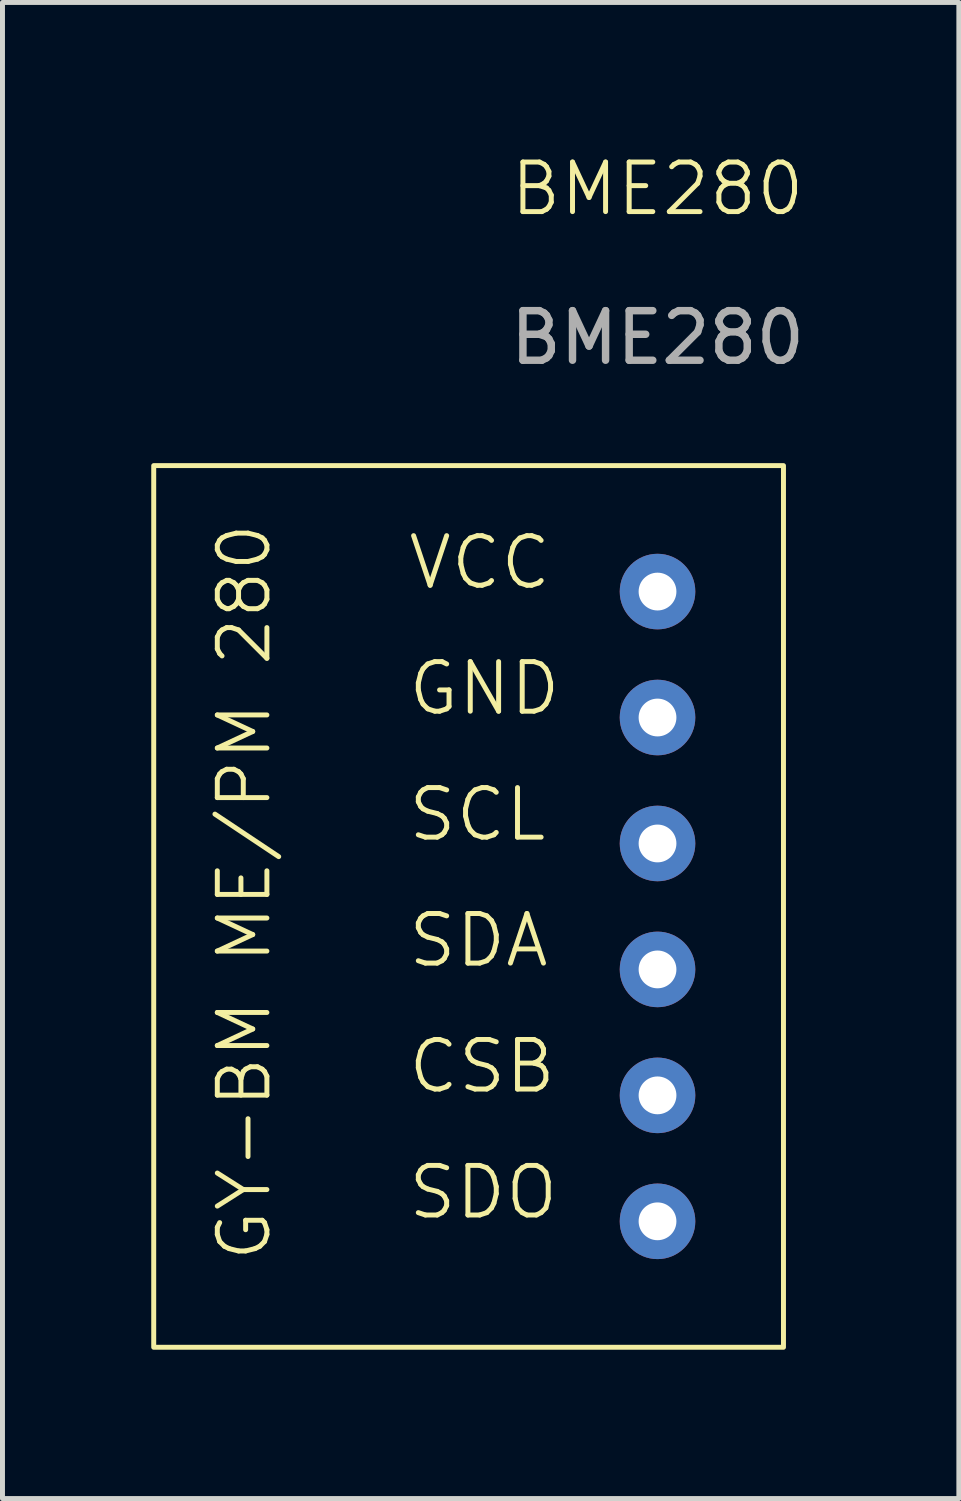
<source format=kicad_pcb>
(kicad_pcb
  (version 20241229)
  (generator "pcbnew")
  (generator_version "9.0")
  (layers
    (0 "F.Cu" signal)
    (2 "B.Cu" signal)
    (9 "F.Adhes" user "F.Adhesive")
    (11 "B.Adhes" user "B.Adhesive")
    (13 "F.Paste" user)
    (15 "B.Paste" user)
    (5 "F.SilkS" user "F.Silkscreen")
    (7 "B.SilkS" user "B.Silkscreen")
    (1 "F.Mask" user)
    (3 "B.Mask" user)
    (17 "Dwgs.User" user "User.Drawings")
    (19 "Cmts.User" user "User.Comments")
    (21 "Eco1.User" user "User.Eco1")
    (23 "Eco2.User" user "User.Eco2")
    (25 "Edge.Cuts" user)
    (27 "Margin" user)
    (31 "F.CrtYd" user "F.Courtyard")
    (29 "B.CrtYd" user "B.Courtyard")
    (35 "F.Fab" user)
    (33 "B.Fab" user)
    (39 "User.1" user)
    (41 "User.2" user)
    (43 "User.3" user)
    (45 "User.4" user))
  (footprint "BME280"
    (layer "F.Cu")
    (at 10.21 1.26)
    (property "Reference" "BME280" (at 0 -0.5 0) (unlocked yes) (layer "F.SilkS") (effects (font (size 1 1) (thickness 0.1))))
    (attr through_hole)
    (fp_rect (start -10.16 5.08) (end 2.54 22.86) (stroke (width 0.1) (type default)) (fill no) (layer "F.SilkS"))
    (fp_text user "SCL" (at -5.08 12.7 0) (unlocked yes) (layer "F.SilkS") (effects (font (size 1 1) (thickness 0.1)) (justify left bottom)))
    (fp_text user "SDO" (at -5.08 20.32 0) (unlocked yes) (layer "F.SilkS") (effects (font (size 1 1) (thickness 0.1)) (justify left bottom)))
    (fp_text user "VCC" (at -5.08 7.62 0) (unlocked yes) (layer "F.SilkS") (effects (font (size 1 1) (thickness 0.1)) (justify left bottom)))
    (fp_text user "GY-BM ME/PM 280" (at -7.75 21.174 90) (unlocked yes) (layer "F.SilkS") (effects (font (size 1 1) (thickness 0.1)) (justify left bottom)))
    (fp_text user "CSB" (at -5.08 17.78 0) (unlocked yes) (layer "F.SilkS") (effects (font (size 1 1) (thickness 0.1)) (justify left bottom)))
    (fp_text user "SDA" (at -5.08 15.24 0) (unlocked yes) (layer "F.SilkS") (effects (font (size 1 1) (thickness 0.1)) (justify left bottom)))
    (fp_text user "GND" (at -5.08 10.16 0) (unlocked yes) (layer "F.SilkS") (effects (font (size 1 1) (thickness 0.1)) (justify left bottom)))
    (fp_text user "${REFERENCE}" (at 0 2.5 0) (unlocked yes) (layer "F.Fab") (effects (font (size 1 1) (thickness 0.15))))
    (pad "1" thru_hole circle (at 0 7.62) (size 1.524 1.524) (drill 0.762) (layers "*.Cu" "*.Mask"))
    (pad "2" thru_hole circle (at 0 10.16) (size 1.524 1.524) (drill 0.762) (layers "*.Cu" "*.Mask"))
    (pad "3" thru_hole circle (at 0 12.7) (size 1.524 1.524) (drill 0.762) (layers "*.Cu" "*.Mask"))
    (pad "4" thru_hole circle (at 0 15.24) (size 1.524 1.524) (drill 0.762) (layers "*.Cu" "*.Mask"))
    (pad "5" thru_hole circle (at 0 17.78) (size 1.524 1.524) (drill 0.762) (layers "*.Cu" "*.Mask"))
    (pad "6" thru_hole circle (at 0 20.32) (size 1.524 1.524) (drill 0.762) (layers "*.Cu" "*.Mask"))
    (zone (net_name "") (layer "F.SilkS") (name "bme280_board") (hatch edge 0.5) (connect_pads) (min_thickness 0.25) (filled_areas_thickness no) (keepout (tracks allowed) (vias allowed) (pads allowed) (copperpour allowed) (footprints not_allowed)) (placement (enabled no)) (fill) (polygon (pts (xy 12.75 6.34) (xy 0.05 6.34) (xy 0.05 24.12) (xy 12.75 24.12)))))
  (gr_rect
    (start -3 -3)
    (end 16.287 27.171)
    (stroke (width 0.1) (type default))
    (fill no)
    (layer "Edge.Cuts")))
</source>
